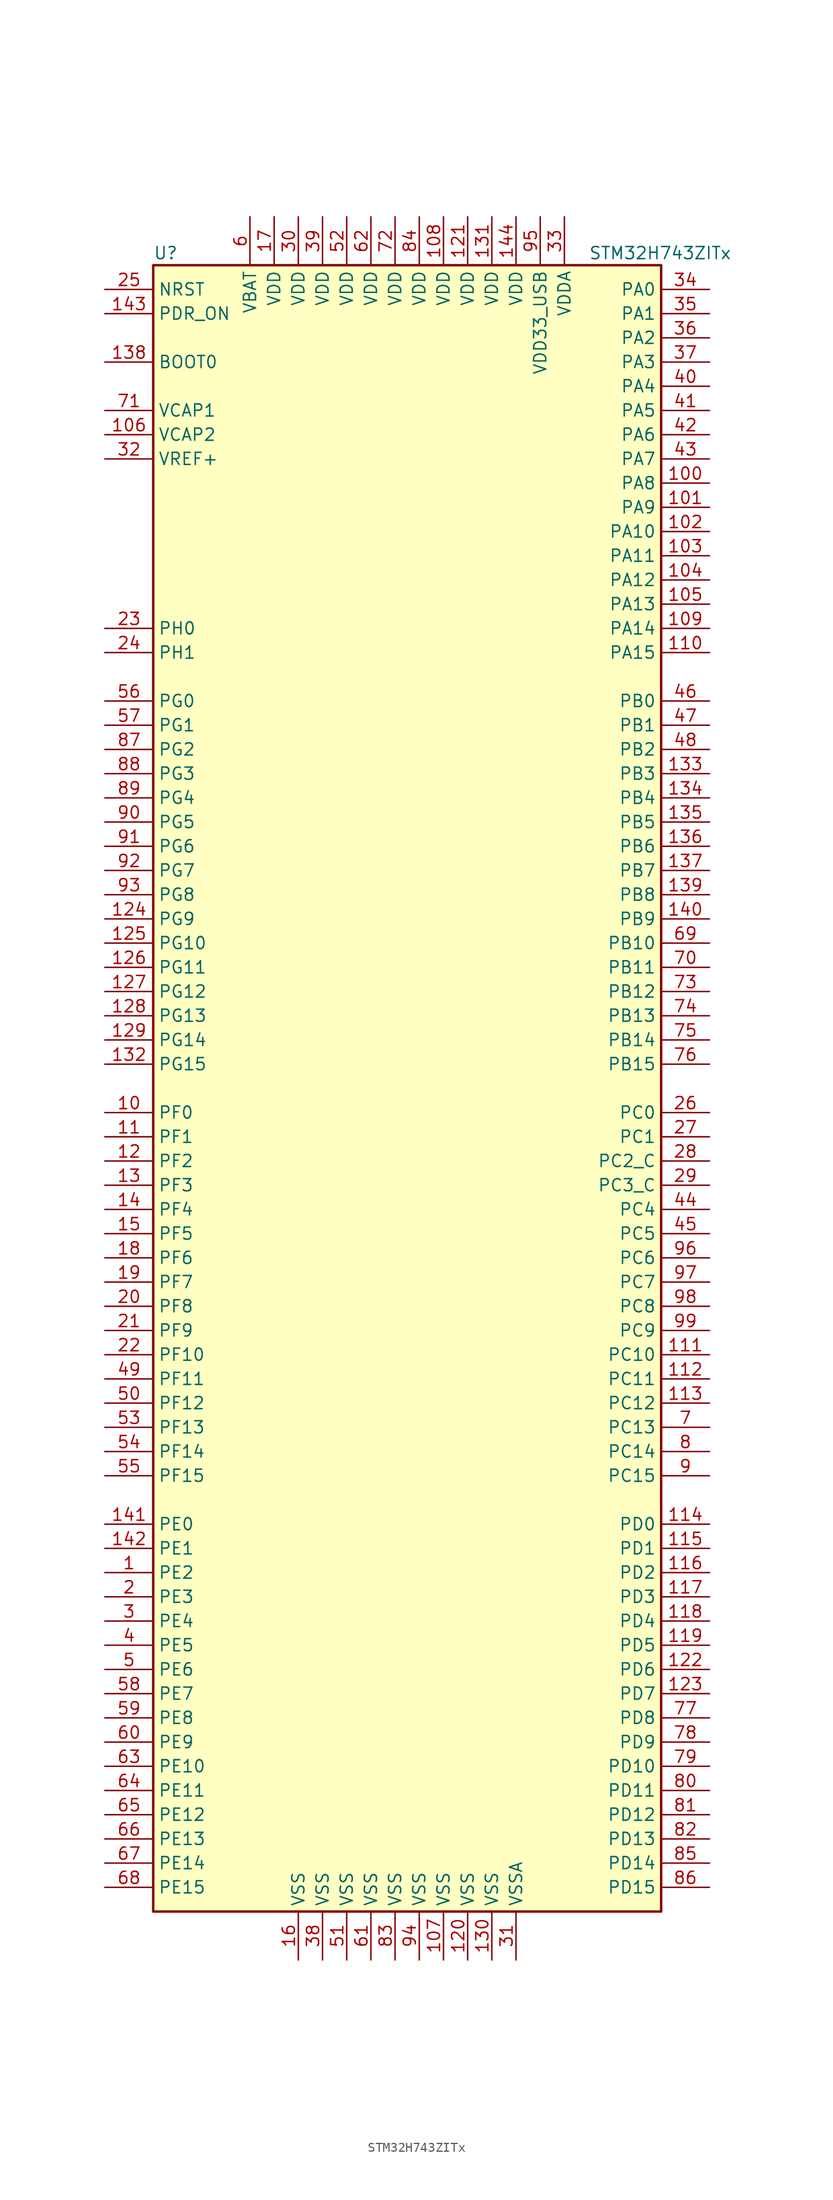
<source format=kicad_sym>
(kicad_symbol_lib
  (version 20211014)
  (generator kicad_symbol_editor)
  (symbol "STM32H743ZITx"
    (property "Reference" "U"
      (at -27.94 87.63 0)
      (effects (font (size 1.27 1.27)) (justify left)))
    (property "Value" "STM32H743ZITx"
      (at 17.78 87.63 0)
      (effects (font (size 1.27 1.27)) (justify left)))
    (symbol "STM32H743ZITx_0_1"
      (rectangle (start -27.94 -86.36) (end 25.4 86.36) (stroke (width 0.254) (type default) (color 0 0 0 0)) (fill (type background))))
    (symbol "STM32H743ZITx_1_1"
      (pin bidirectional line (at -33.02 -50.8 0) (length 5.08) (name "PE2" (effects (font (size 1.27 1.27)))) (number "1" (effects (font (size 1.27 1.27)))))
      (pin bidirectional line (at -33.02 -2.54 0) (length 5.08) (name "PF0" (effects (font (size 1.27 1.27)))) (number "10" (effects (font (size 1.27 1.27)))))
      (pin bidirectional line (at 30.48 63.5 180) (length 5.08) (name "PA8" (effects (font (size 1.27 1.27)))) (number "100" (effects (font (size 1.27 1.27)))))
      (pin bidirectional line (at 30.48 60.96 180) (length 5.08) (name "PA9" (effects (font (size 1.27 1.27)))) (number "101" (effects (font (size 1.27 1.27)))))
      (pin bidirectional line (at 30.48 58.42 180) (length 5.08) (name "PA10" (effects (font (size 1.27 1.27)))) (number "102" (effects (font (size 1.27 1.27)))))
      (pin bidirectional line (at 30.48 55.88 180) (length 5.08) (name "PA11" (effects (font (size 1.27 1.27)))) (number "103" (effects (font (size 1.27 1.27)))))
      (pin bidirectional line (at 30.48 53.34 180) (length 5.08) (name "PA12" (effects (font (size 1.27 1.27)))) (number "104" (effects (font (size 1.27 1.27)))))
      (pin bidirectional line (at 30.48 50.8 180) (length 5.08) (name "PA13" (effects (font (size 1.27 1.27)))) (number "105" (effects (font (size 1.27 1.27)))))
      (pin power_in line (at -33.02 68.58 0) (length 5.08) (name "VCAP2" (effects (font (size 1.27 1.27)))) (number "106" (effects (font (size 1.27 1.27)))))
      (pin power_in line (at 2.54 -91.44 90) (length 5.08) (name "VSS" (effects (font (size 1.27 1.27)))) (number "107" (effects (font (size 1.27 1.27)))))
      (pin power_in line (at 2.54 91.44 270) (length 5.08) (name "VDD" (effects (font (size 1.27 1.27)))) (number "108" (effects (font (size 1.27 1.27)))))
      (pin bidirectional line (at 30.48 48.26 180) (length 5.08) (name "PA14" (effects (font (size 1.27 1.27)))) (number "109" (effects (font (size 1.27 1.27)))))
      (pin bidirectional line (at -33.02 -5.08 0) (length 5.08) (name "PF1" (effects (font (size 1.27 1.27)))) (number "11" (effects (font (size 1.27 1.27)))))
      (pin bidirectional line (at 30.48 45.72 180) (length 5.08) (name "PA15" (effects (font (size 1.27 1.27)))) (number "110" (effects (font (size 1.27 1.27)))))
      (pin bidirectional line (at 30.48 -27.94 180) (length 5.08) (name "PC10" (effects (font (size 1.27 1.27)))) (number "111" (effects (font (size 1.27 1.27)))))
      (pin bidirectional line (at 30.48 -30.48 180) (length 5.08) (name "PC11" (effects (font (size 1.27 1.27)))) (number "112" (effects (font (size 1.27 1.27)))))
      (pin bidirectional line (at 30.48 -33.02 180) (length 5.08) (name "PC12" (effects (font (size 1.27 1.27)))) (number "113" (effects (font (size 1.27 1.27)))))
      (pin bidirectional line (at 30.48 -45.72 180) (length 5.08) (name "PD0" (effects (font (size 1.27 1.27)))) (number "114" (effects (font (size 1.27 1.27)))))
      (pin bidirectional line (at 30.48 -48.26 180) (length 5.08) (name "PD1" (effects (font (size 1.27 1.27)))) (number "115" (effects (font (size 1.27 1.27)))))
      (pin bidirectional line (at 30.48 -50.8 180) (length 5.08) (name "PD2" (effects (font (size 1.27 1.27)))) (number "116" (effects (font (size 1.27 1.27)))))
      (pin bidirectional line (at 30.48 -53.34 180) (length 5.08) (name "PD3" (effects (font (size 1.27 1.27)))) (number "117" (effects (font (size 1.27 1.27)))))
      (pin bidirectional line (at 30.48 -55.88 180) (length 5.08) (name "PD4" (effects (font (size 1.27 1.27)))) (number "118" (effects (font (size 1.27 1.27)))))
      (pin bidirectional line (at 30.48 -58.42 180) (length 5.08) (name "PD5" (effects (font (size 1.27 1.27)))) (number "119" (effects (font (size 1.27 1.27)))))
      (pin bidirectional line (at -33.02 -7.62 0) (length 5.08) (name "PF2" (effects (font (size 1.27 1.27)))) (number "12" (effects (font (size 1.27 1.27)))))
      (pin power_in line (at 5.08 -91.44 90) (length 5.08) (name "VSS" (effects (font (size 1.27 1.27)))) (number "120" (effects (font (size 1.27 1.27)))))
      (pin power_in line (at 5.08 91.44 270) (length 5.08) (name "VDD" (effects (font (size 1.27 1.27)))) (number "121" (effects (font (size 1.27 1.27)))))
      (pin bidirectional line (at 30.48 -60.96 180) (length 5.08) (name "PD6" (effects (font (size 1.27 1.27)))) (number "122" (effects (font (size 1.27 1.27)))))
      (pin bidirectional line (at 30.48 -63.5 180) (length 5.08) (name "PD7" (effects (font (size 1.27 1.27)))) (number "123" (effects (font (size 1.27 1.27)))))
      (pin bidirectional line (at -33.02 17.78 0) (length 5.08) (name "PG9" (effects (font (size 1.27 1.27)))) (number "124" (effects (font (size 1.27 1.27)))))
      (pin bidirectional line (at -33.02 15.24 0) (length 5.08) (name "PG10" (effects (font (size 1.27 1.27)))) (number "125" (effects (font (size 1.27 1.27)))))
      (pin bidirectional line (at -33.02 12.7 0) (length 5.08) (name "PG11" (effects (font (size 1.27 1.27)))) (number "126" (effects (font (size 1.27 1.27)))))
      (pin bidirectional line (at -33.02 10.16 0) (length 5.08) (name "PG12" (effects (font (size 1.27 1.27)))) (number "127" (effects (font (size 1.27 1.27)))))
      (pin bidirectional line (at -33.02 7.62 0) (length 5.08) (name "PG13" (effects (font (size 1.27 1.27)))) (number "128" (effects (font (size 1.27 1.27)))))
      (pin bidirectional line (at -33.02 5.08 0) (length 5.08) (name "PG14" (effects (font (size 1.27 1.27)))) (number "129" (effects (font (size 1.27 1.27)))))
      (pin bidirectional line (at -33.02 -10.16 0) (length 5.08) (name "PF3" (effects (font (size 1.27 1.27)))) (number "13" (effects (font (size 1.27 1.27)))))
      (pin power_in line (at 7.62 -91.44 90) (length 5.08) (name "VSS" (effects (font (size 1.27 1.27)))) (number "130" (effects (font (size 1.27 1.27)))))
      (pin power_in line (at 7.62 91.44 270) (length 5.08) (name "VDD" (effects (font (size 1.27 1.27)))) (number "131" (effects (font (size 1.27 1.27)))))
      (pin bidirectional line (at -33.02 2.54 0) (length 5.08) (name "PG15" (effects (font (size 1.27 1.27)))) (number "132" (effects (font (size 1.27 1.27)))))
      (pin bidirectional line (at 30.48 33.02 180) (length 5.08) (name "PB3" (effects (font (size 1.27 1.27)))) (number "133" (effects (font (size 1.27 1.27)))))
      (pin bidirectional line (at 30.48 30.48 180) (length 5.08) (name "PB4" (effects (font (size 1.27 1.27)))) (number "134" (effects (font (size 1.27 1.27)))))
      (pin bidirectional line (at 30.48 27.94 180) (length 5.08) (name "PB5" (effects (font (size 1.27 1.27)))) (number "135" (effects (font (size 1.27 1.27)))))
      (pin bidirectional line (at 30.48 25.4 180) (length 5.08) (name "PB6" (effects (font (size 1.27 1.27)))) (number "136" (effects (font (size 1.27 1.27)))))
      (pin bidirectional line (at 30.48 22.86 180) (length 5.08) (name "PB7" (effects (font (size 1.27 1.27)))) (number "137" (effects (font (size 1.27 1.27)))))
      (pin input line (at -33.02 76.2 0) (length 5.08) (name "BOOT0" (effects (font (size 1.27 1.27)))) (number "138" (effects (font (size 1.27 1.27)))))
      (pin bidirectional line (at 30.48 20.32 180) (length 5.08) (name "PB8" (effects (font (size 1.27 1.27)))) (number "139" (effects (font (size 1.27 1.27)))))
      (pin bidirectional line (at -33.02 -12.7 0) (length 5.08) (name "PF4" (effects (font (size 1.27 1.27)))) (number "14" (effects (font (size 1.27 1.27)))))
      (pin bidirectional line (at 30.48 17.78 180) (length 5.08) (name "PB9" (effects (font (size 1.27 1.27)))) (number "140" (effects (font (size 1.27 1.27)))))
      (pin bidirectional line (at -33.02 -45.72 0) (length 5.08) (name "PE0" (effects (font (size 1.27 1.27)))) (number "141" (effects (font (size 1.27 1.27)))))
      (pin bidirectional line (at -33.02 -48.26 0) (length 5.08) (name "PE1" (effects (font (size 1.27 1.27)))) (number "142" (effects (font (size 1.27 1.27)))))
      (pin input line (at -33.02 81.28 0) (length 5.08) (name "PDR_ON" (effects (font (size 1.27 1.27)))) (number "143" (effects (font (size 1.27 1.27)))))
      (pin power_in line (at 10.16 91.44 270) (length 5.08) (name "VDD" (effects (font (size 1.27 1.27)))) (number "144" (effects (font (size 1.27 1.27)))))
      (pin bidirectional line (at -33.02 -15.24 0) (length 5.08) (name "PF5" (effects (font (size 1.27 1.27)))) (number "15" (effects (font (size 1.27 1.27)))))
      (pin power_in line (at -12.7 -91.44 90) (length 5.08) (name "VSS" (effects (font (size 1.27 1.27)))) (number "16" (effects (font (size 1.27 1.27)))))
      (pin power_in line (at -15.24 91.44 270) (length 5.08) (name "VDD" (effects (font (size 1.27 1.27)))) (number "17" (effects (font (size 1.27 1.27)))))
      (pin bidirectional line (at -33.02 -17.78 0) (length 5.08) (name "PF6" (effects (font (size 1.27 1.27)))) (number "18" (effects (font (size 1.27 1.27)))))
      (pin bidirectional line (at -33.02 -20.32 0) (length 5.08) (name "PF7" (effects (font (size 1.27 1.27)))) (number "19" (effects (font (size 1.27 1.27)))))
      (pin bidirectional line (at -33.02 -53.34 0) (length 5.08) (name "PE3" (effects (font (size 1.27 1.27)))) (number "2" (effects (font (size 1.27 1.27)))))
      (pin bidirectional line (at -33.02 -22.86 0) (length 5.08) (name "PF8" (effects (font (size 1.27 1.27)))) (number "20" (effects (font (size 1.27 1.27)))))
      (pin bidirectional line (at -33.02 -25.4 0) (length 5.08) (name "PF9" (effects (font (size 1.27 1.27)))) (number "21" (effects (font (size 1.27 1.27)))))
      (pin bidirectional line (at -33.02 -27.94 0) (length 5.08) (name "PF10" (effects (font (size 1.27 1.27)))) (number "22" (effects (font (size 1.27 1.27)))))
      (pin input line (at -33.02 48.26 0) (length 5.08) (name "PH0" (effects (font (size 1.27 1.27)))) (number "23" (effects (font (size 1.27 1.27)))))
      (pin input line (at -33.02 45.72 0) (length 5.08) (name "PH1" (effects (font (size 1.27 1.27)))) (number "24" (effects (font (size 1.27 1.27)))))
      (pin input line (at -33.02 83.82 0) (length 5.08) (name "NRST" (effects (font (size 1.27 1.27)))) (number "25" (effects (font (size 1.27 1.27)))))
      (pin bidirectional line (at 30.48 -2.54 180) (length 5.08) (name "PC0" (effects (font (size 1.27 1.27)))) (number "26" (effects (font (size 1.27 1.27)))))
      (pin bidirectional line (at 30.48 -5.08 180) (length 5.08) (name "PC1" (effects (font (size 1.27 1.27)))) (number "27" (effects (font (size 1.27 1.27)))))
      (pin bidirectional line (at 30.48 -7.62 180) (length 5.08) (name "PC2_C" (effects (font (size 1.27 1.27)))) (number "28" (effects (font (size 1.27 1.27)))))
      (pin bidirectional line (at 30.48 -10.16 180) (length 5.08) (name "PC3_C" (effects (font (size 1.27 1.27)))) (number "29" (effects (font (size 1.27 1.27)))))
      (pin bidirectional line (at -33.02 -55.88 0) (length 5.08) (name "PE4" (effects (font (size 1.27 1.27)))) (number "3" (effects (font (size 1.27 1.27)))))
      (pin power_in line (at -12.7 91.44 270) (length 5.08) (name "VDD" (effects (font (size 1.27 1.27)))) (number "30" (effects (font (size 1.27 1.27)))))
      (pin power_in line (at 10.16 -91.44 90) (length 5.08) (name "VSSA" (effects (font (size 1.27 1.27)))) (number "31" (effects (font (size 1.27 1.27)))))
      (pin bidirectional line (at -33.02 66.04 0) (length 5.08) (name "VREF+" (effects (font (size 1.27 1.27)))) (number "32" (effects (font (size 1.27 1.27)))))
      (pin power_in line (at 15.24 91.44 270) (length 5.08) (name "VDDA" (effects (font (size 1.27 1.27)))) (number "33" (effects (font (size 1.27 1.27)))))
      (pin bidirectional line (at 30.48 83.82 180) (length 5.08) (name "PA0" (effects (font (size 1.27 1.27)))) (number "34" (effects (font (size 1.27 1.27)))))
      (pin bidirectional line (at 30.48 81.28 180) (length 5.08) (name "PA1" (effects (font (size 1.27 1.27)))) (number "35" (effects (font (size 1.27 1.27)))))
      (pin bidirectional line (at 30.48 78.74 180) (length 5.08) (name "PA2" (effects (font (size 1.27 1.27)))) (number "36" (effects (font (size 1.27 1.27)))))
      (pin bidirectional line (at 30.48 76.2 180) (length 5.08) (name "PA3" (effects (font (size 1.27 1.27)))) (number "37" (effects (font (size 1.27 1.27)))))
      (pin power_in line (at -10.16 -91.44 90) (length 5.08) (name "VSS" (effects (font (size 1.27 1.27)))) (number "38" (effects (font (size 1.27 1.27)))))
      (pin power_in line (at -10.16 91.44 270) (length 5.08) (name "VDD" (effects (font (size 1.27 1.27)))) (number "39" (effects (font (size 1.27 1.27)))))
      (pin bidirectional line (at -33.02 -58.42 0) (length 5.08) (name "PE5" (effects (font (size 1.27 1.27)))) (number "4" (effects (font (size 1.27 1.27)))))
      (pin bidirectional line (at 30.48 73.66 180) (length 5.08) (name "PA4" (effects (font (size 1.27 1.27)))) (number "40" (effects (font (size 1.27 1.27)))))
      (pin bidirectional line (at 30.48 71.12 180) (length 5.08) (name "PA5" (effects (font (size 1.27 1.27)))) (number "41" (effects (font (size 1.27 1.27)))))
      (pin bidirectional line (at 30.48 68.58 180) (length 5.08) (name "PA6" (effects (font (size 1.27 1.27)))) (number "42" (effects (font (size 1.27 1.27)))))
      (pin bidirectional line (at 30.48 66.04 180) (length 5.08) (name "PA7" (effects (font (size 1.27 1.27)))) (number "43" (effects (font (size 1.27 1.27)))))
      (pin bidirectional line (at 30.48 -12.7 180) (length 5.08) (name "PC4" (effects (font (size 1.27 1.27)))) (number "44" (effects (font (size 1.27 1.27)))))
      (pin bidirectional line (at 30.48 -15.24 180) (length 5.08) (name "PC5" (effects (font (size 1.27 1.27)))) (number "45" (effects (font (size 1.27 1.27)))))
      (pin bidirectional line (at 30.48 40.64 180) (length 5.08) (name "PB0" (effects (font (size 1.27 1.27)))) (number "46" (effects (font (size 1.27 1.27)))))
      (pin bidirectional line (at 30.48 38.1 180) (length 5.08) (name "PB1" (effects (font (size 1.27 1.27)))) (number "47" (effects (font (size 1.27 1.27)))))
      (pin bidirectional line (at 30.48 35.56 180) (length 5.08) (name "PB2" (effects (font (size 1.27 1.27)))) (number "48" (effects (font (size 1.27 1.27)))))
      (pin bidirectional line (at -33.02 -30.48 0) (length 5.08) (name "PF11" (effects (font (size 1.27 1.27)))) (number "49" (effects (font (size 1.27 1.27)))))
      (pin bidirectional line (at -33.02 -60.96 0) (length 5.08) (name "PE6" (effects (font (size 1.27 1.27)))) (number "5" (effects (font (size 1.27 1.27)))))
      (pin bidirectional line (at -33.02 -33.02 0) (length 5.08) (name "PF12" (effects (font (size 1.27 1.27)))) (number "50" (effects (font (size 1.27 1.27)))))
      (pin power_in line (at -7.62 -91.44 90) (length 5.08) (name "VSS" (effects (font (size 1.27 1.27)))) (number "51" (effects (font (size 1.27 1.27)))))
      (pin power_in line (at -7.62 91.44 270) (length 5.08) (name "VDD" (effects (font (size 1.27 1.27)))) (number "52" (effects (font (size 1.27 1.27)))))
      (pin bidirectional line (at -33.02 -35.56 0) (length 5.08) (name "PF13" (effects (font (size 1.27 1.27)))) (number "53" (effects (font (size 1.27 1.27)))))
      (pin bidirectional line (at -33.02 -38.1 0) (length 5.08) (name "PF14" (effects (font (size 1.27 1.27)))) (number "54" (effects (font (size 1.27 1.27)))))
      (pin bidirectional line (at -33.02 -40.64 0) (length 5.08) (name "PF15" (effects (font (size 1.27 1.27)))) (number "55" (effects (font (size 1.27 1.27)))))
      (pin bidirectional line (at -33.02 40.64 0) (length 5.08) (name "PG0" (effects (font (size 1.27 1.27)))) (number "56" (effects (font (size 1.27 1.27)))))
      (pin bidirectional line (at -33.02 38.1 0) (length 5.08) (name "PG1" (effects (font (size 1.27 1.27)))) (number "57" (effects (font (size 1.27 1.27)))))
      (pin bidirectional line (at -33.02 -63.5 0) (length 5.08) (name "PE7" (effects (font (size 1.27 1.27)))) (number "58" (effects (font (size 1.27 1.27)))))
      (pin bidirectional line (at -33.02 -66.04 0) (length 5.08) (name "PE8" (effects (font (size 1.27 1.27)))) (number "59" (effects (font (size 1.27 1.27)))))
      (pin power_in line (at -17.78 91.44 270) (length 5.08) (name "VBAT" (effects (font (size 1.27 1.27)))) (number "6" (effects (font (size 1.27 1.27)))))
      (pin bidirectional line (at -33.02 -68.58 0) (length 5.08) (name "PE9" (effects (font (size 1.27 1.27)))) (number "60" (effects (font (size 1.27 1.27)))))
      (pin power_in line (at -5.08 -91.44 90) (length 5.08) (name "VSS" (effects (font (size 1.27 1.27)))) (number "61" (effects (font (size 1.27 1.27)))))
      (pin power_in line (at -5.08 91.44 270) (length 5.08) (name "VDD" (effects (font (size 1.27 1.27)))) (number "62" (effects (font (size 1.27 1.27)))))
      (pin bidirectional line (at -33.02 -71.12 0) (length 5.08) (name "PE10" (effects (font (size 1.27 1.27)))) (number "63" (effects (font (size 1.27 1.27)))))
      (pin bidirectional line (at -33.02 -73.66 0) (length 5.08) (name "PE11" (effects (font (size 1.27 1.27)))) (number "64" (effects (font (size 1.27 1.27)))))
      (pin bidirectional line (at -33.02 -76.2 0) (length 5.08) (name "PE12" (effects (font (size 1.27 1.27)))) (number "65" (effects (font (size 1.27 1.27)))))
      (pin bidirectional line (at -33.02 -78.74 0) (length 5.08) (name "PE13" (effects (font (size 1.27 1.27)))) (number "66" (effects (font (size 1.27 1.27)))))
      (pin bidirectional line (at -33.02 -81.28 0) (length 5.08) (name "PE14" (effects (font (size 1.27 1.27)))) (number "67" (effects (font (size 1.27 1.27)))))
      (pin bidirectional line (at -33.02 -83.82 0) (length 5.08) (name "PE15" (effects (font (size 1.27 1.27)))) (number "68" (effects (font (size 1.27 1.27)))))
      (pin bidirectional line (at 30.48 15.24 180) (length 5.08) (name "PB10" (effects (font (size 1.27 1.27)))) (number "69" (effects (font (size 1.27 1.27)))))
      (pin bidirectional line (at 30.48 -35.56 180) (length 5.08) (name "PC13" (effects (font (size 1.27 1.27)))) (number "7" (effects (font (size 1.27 1.27)))))
      (pin bidirectional line (at 30.48 12.7 180) (length 5.08) (name "PB11" (effects (font (size 1.27 1.27)))) (number "70" (effects (font (size 1.27 1.27)))))
      (pin power_in line (at -33.02 71.12 0) (length 5.08) (name "VCAP1" (effects (font (size 1.27 1.27)))) (number "71" (effects (font (size 1.27 1.27)))))
      (pin power_in line (at -2.54 91.44 270) (length 5.08) (name "VDD" (effects (font (size 1.27 1.27)))) (number "72" (effects (font (size 1.27 1.27)))))
      (pin bidirectional line (at 30.48 10.16 180) (length 5.08) (name "PB12" (effects (font (size 1.27 1.27)))) (number "73" (effects (font (size 1.27 1.27)))))
      (pin bidirectional line (at 30.48 7.62 180) (length 5.08) (name "PB13" (effects (font (size 1.27 1.27)))) (number "74" (effects (font (size 1.27 1.27)))))
      (pin bidirectional line (at 30.48 5.08 180) (length 5.08) (name "PB14" (effects (font (size 1.27 1.27)))) (number "75" (effects (font (size 1.27 1.27)))))
      (pin bidirectional line (at 30.48 2.54 180) (length 5.08) (name "PB15" (effects (font (size 1.27 1.27)))) (number "76" (effects (font (size 1.27 1.27)))))
      (pin bidirectional line (at 30.48 -66.04 180) (length 5.08) (name "PD8" (effects (font (size 1.27 1.27)))) (number "77" (effects (font (size 1.27 1.27)))))
      (pin bidirectional line (at 30.48 -68.58 180) (length 5.08) (name "PD9" (effects (font (size 1.27 1.27)))) (number "78" (effects (font (size 1.27 1.27)))))
      (pin bidirectional line (at 30.48 -71.12 180) (length 5.08) (name "PD10" (effects (font (size 1.27 1.27)))) (number "79" (effects (font (size 1.27 1.27)))))
      (pin bidirectional line (at 30.48 -38.1 180) (length 5.08) (name "PC14" (effects (font (size 1.27 1.27)))) (number "8" (effects (font (size 1.27 1.27)))))
      (pin bidirectional line (at 30.48 -73.66 180) (length 5.08) (name "PD11" (effects (font (size 1.27 1.27)))) (number "80" (effects (font (size 1.27 1.27)))))
      (pin bidirectional line (at 30.48 -76.2 180) (length 5.08) (name "PD12" (effects (font (size 1.27 1.27)))) (number "81" (effects (font (size 1.27 1.27)))))
      (pin bidirectional line (at 30.48 -78.74 180) (length 5.08) (name "PD13" (effects (font (size 1.27 1.27)))) (number "82" (effects (font (size 1.27 1.27)))))
      (pin power_in line (at -2.54 -91.44 90) (length 5.08) (name "VSS" (effects (font (size 1.27 1.27)))) (number "83" (effects (font (size 1.27 1.27)))))
      (pin power_in line (at 0 91.44 270) (length 5.08) (name "VDD" (effects (font (size 1.27 1.27)))) (number "84" (effects (font (size 1.27 1.27)))))
      (pin bidirectional line (at 30.48 -81.28 180) (length 5.08) (name "PD14" (effects (font (size 1.27 1.27)))) (number "85" (effects (font (size 1.27 1.27)))))
      (pin bidirectional line (at 30.48 -83.82 180) (length 5.08) (name "PD15" (effects (font (size 1.27 1.27)))) (number "86" (effects (font (size 1.27 1.27)))))
      (pin bidirectional line (at -33.02 35.56 0) (length 5.08) (name "PG2" (effects (font (size 1.27 1.27)))) (number "87" (effects (font (size 1.27 1.27)))))
      (pin bidirectional line (at -33.02 33.02 0) (length 5.08) (name "PG3" (effects (font (size 1.27 1.27)))) (number "88" (effects (font (size 1.27 1.27)))))
      (pin bidirectional line (at -33.02 30.48 0) (length 5.08) (name "PG4" (effects (font (size 1.27 1.27)))) (number "89" (effects (font (size 1.27 1.27)))))
      (pin bidirectional line (at 30.48 -40.64 180) (length 5.08) (name "PC15" (effects (font (size 1.27 1.27)))) (number "9" (effects (font (size 1.27 1.27)))))
      (pin bidirectional line (at -33.02 27.94 0) (length 5.08) (name "PG5" (effects (font (size 1.27 1.27)))) (number "90" (effects (font (size 1.27 1.27)))))
      (pin bidirectional line (at -33.02 25.4 0) (length 5.08) (name "PG6" (effects (font (size 1.27 1.27)))) (number "91" (effects (font (size 1.27 1.27)))))
      (pin bidirectional line (at -33.02 22.86 0) (length 5.08) (name "PG7" (effects (font (size 1.27 1.27)))) (number "92" (effects (font (size 1.27 1.27)))))
      (pin bidirectional line (at -33.02 20.32 0) (length 5.08) (name "PG8" (effects (font (size 1.27 1.27)))) (number "93" (effects (font (size 1.27 1.27)))))
      (pin power_in line (at 0 -91.44 90) (length 5.08) (name "VSS" (effects (font (size 1.27 1.27)))) (number "94" (effects (font (size 1.27 1.27)))))
      (pin power_in line (at 12.7 91.44 270) (length 5.08) (name "VDD33_USB" (effects (font (size 1.27 1.27)))) (number "95" (effects (font (size 1.27 1.27)))))
      (pin bidirectional line (at 30.48 -17.78 180) (length 5.08) (name "PC6" (effects (font (size 1.27 1.27)))) (number "96" (effects (font (size 1.27 1.27)))))
      (pin bidirectional line (at 30.48 -20.32 180) (length 5.08) (name "PC7" (effects (font (size 1.27 1.27)))) (number "97" (effects (font (size 1.27 1.27)))))
      (pin bidirectional line (at 30.48 -22.86 180) (length 5.08) (name "PC8" (effects (font (size 1.27 1.27)))) (number "98" (effects (font (size 1.27 1.27)))))
      (pin bidirectional line (at 30.48 -25.4 180) (length 5.08) (name "PC9" (effects (font (size 1.27 1.27)))) (number "99" (effects (font (size 1.27 1.27))))))))
</source>
